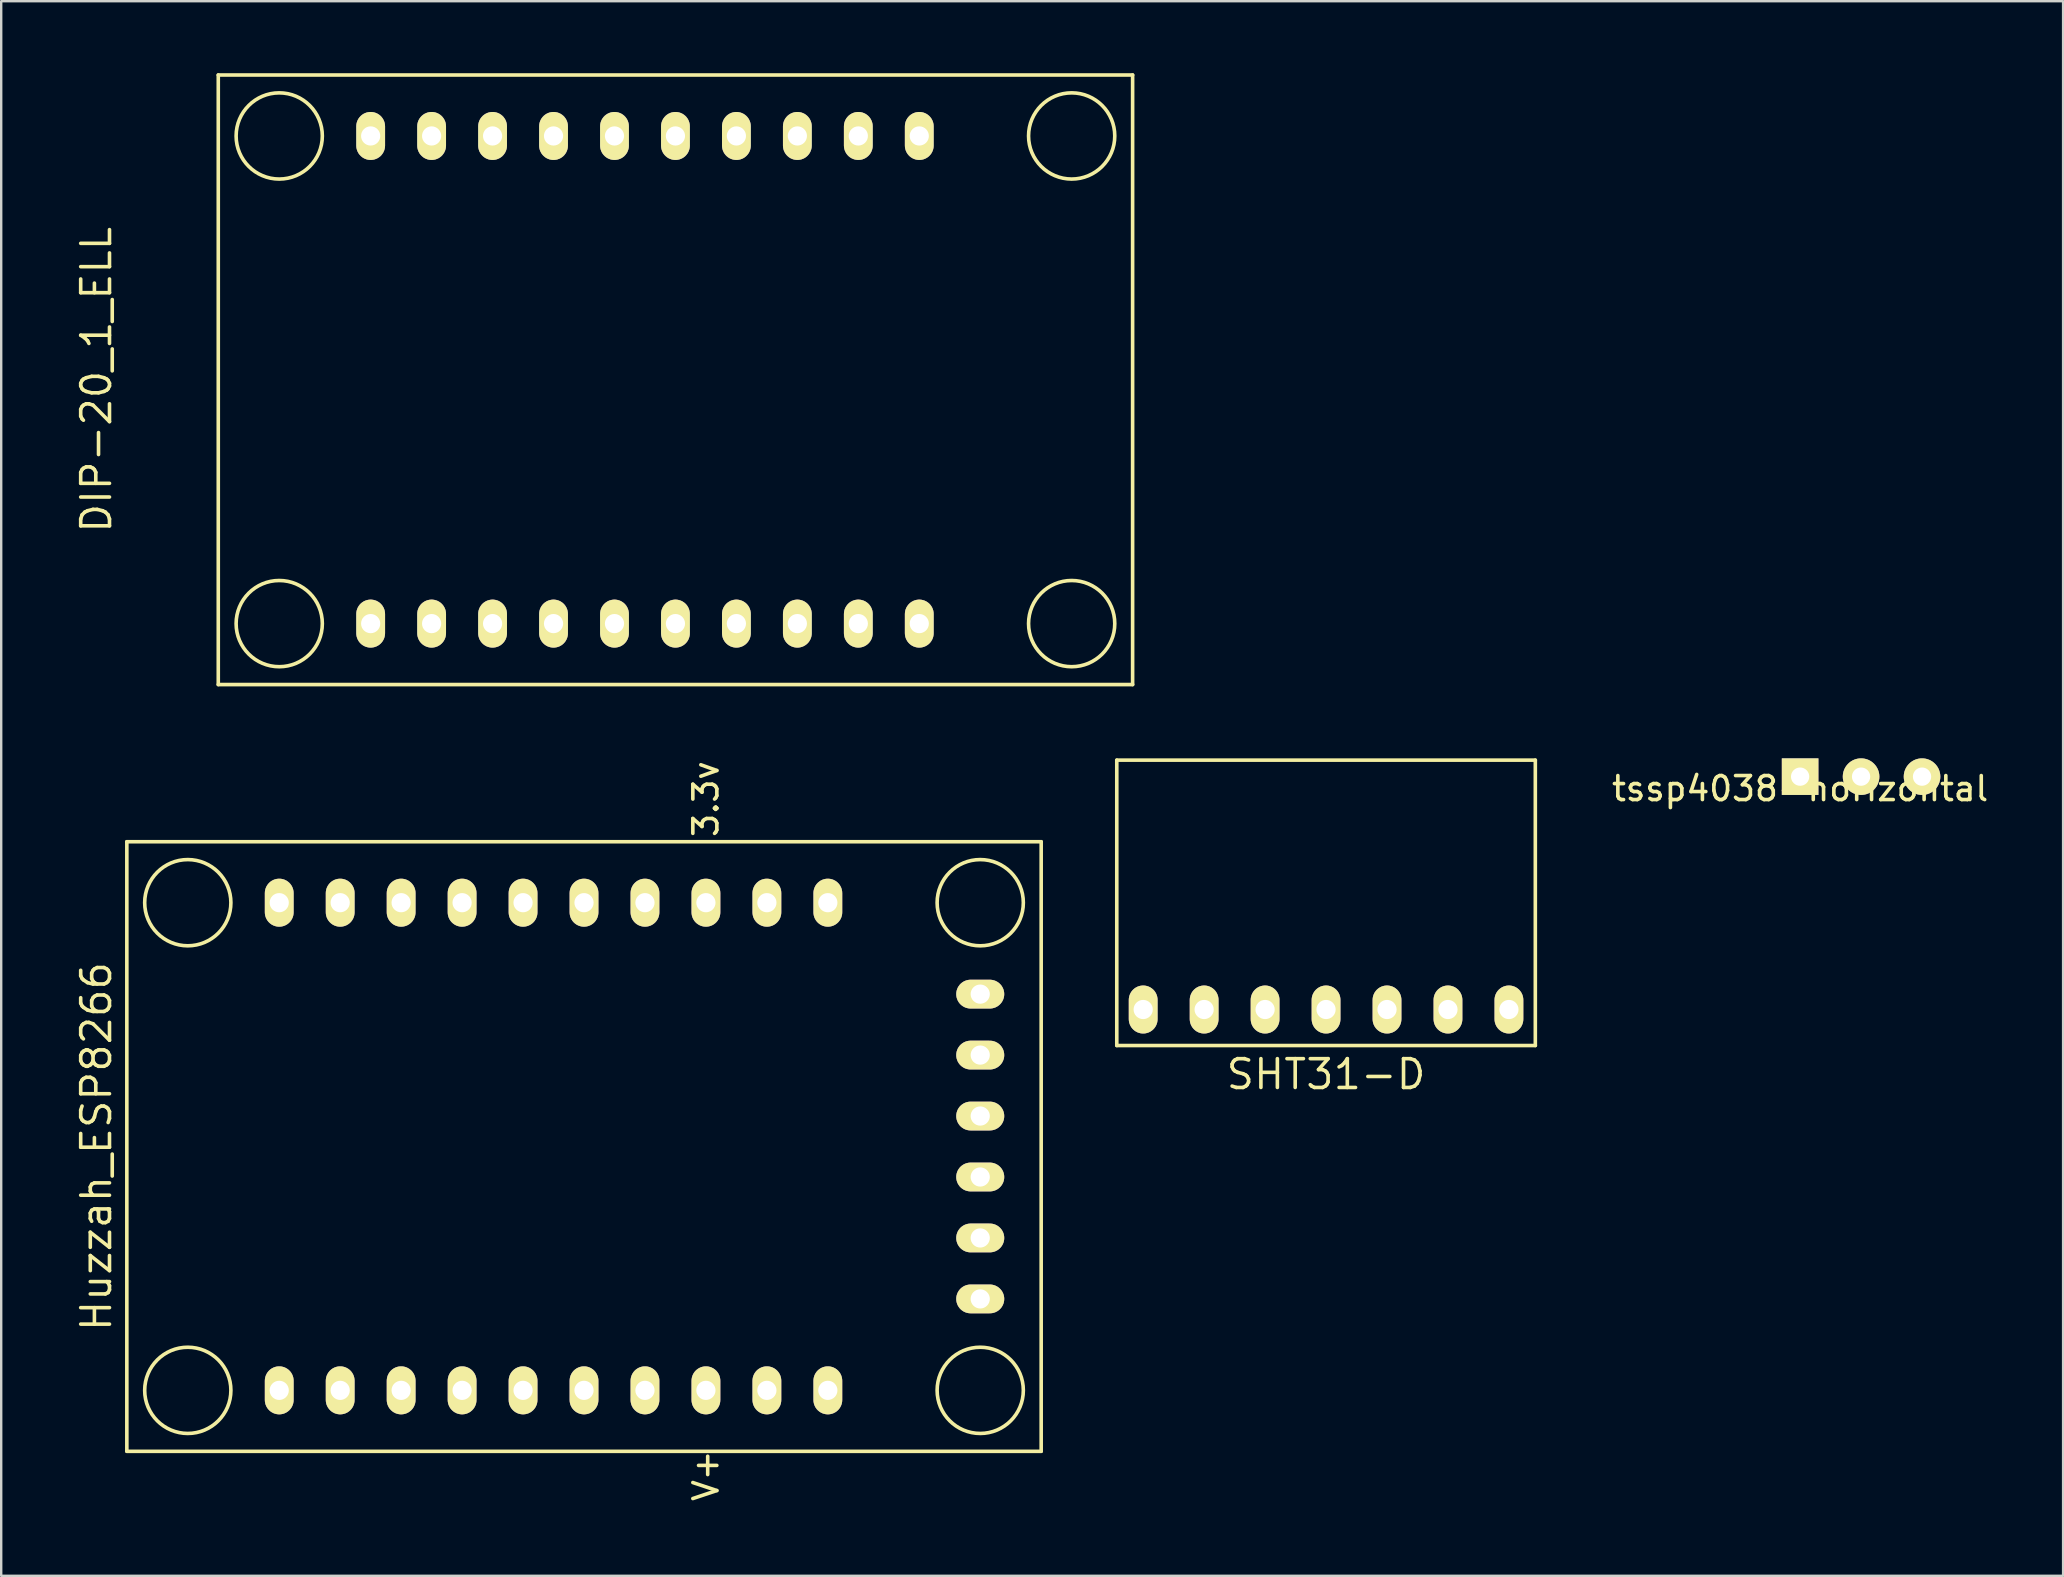
<source format=kicad_pcb>
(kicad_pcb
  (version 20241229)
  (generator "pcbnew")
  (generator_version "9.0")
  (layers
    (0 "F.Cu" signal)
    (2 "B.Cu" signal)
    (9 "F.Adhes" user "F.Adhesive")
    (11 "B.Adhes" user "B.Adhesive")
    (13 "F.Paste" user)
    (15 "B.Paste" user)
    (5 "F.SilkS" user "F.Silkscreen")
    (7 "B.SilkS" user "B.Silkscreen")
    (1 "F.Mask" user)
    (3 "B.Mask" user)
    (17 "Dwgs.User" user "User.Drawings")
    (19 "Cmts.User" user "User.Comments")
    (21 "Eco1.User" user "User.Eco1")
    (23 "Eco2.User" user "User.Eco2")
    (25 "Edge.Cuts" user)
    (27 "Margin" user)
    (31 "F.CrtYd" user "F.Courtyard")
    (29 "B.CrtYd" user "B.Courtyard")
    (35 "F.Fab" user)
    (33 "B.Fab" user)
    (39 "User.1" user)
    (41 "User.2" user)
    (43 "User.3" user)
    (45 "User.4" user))
  (footprint "Huzzah_ESP8266"
    (layer "F.Cu")
    (at 8.585 54.884)
    (property "Reference" "Huzzah_ESP8266" (at -7.62 -10.16 90) (layer "F.SilkS") (effects (font (size 1.2 1.2) (thickness 0.15))))
    (attr through_hole)
    (fp_line (start -6.35 -22.86) (end -6.35 2.54) (stroke (width 0.15) (type solid)) (layer "F.SilkS"))
    (fp_line (start -6.35 2.54) (end 31.75 2.54) (stroke (width 0.15) (type solid)) (layer "F.SilkS"))
    (fp_line (start 31.75 -22.86) (end -6.35 -22.86) (stroke (width 0.15) (type solid)) (layer "F.SilkS"))
    (fp_line (start 31.75 2.54) (end 31.75 -22.86) (stroke (width 0.15) (type solid)) (layer "F.SilkS"))
    (fp_circle (center -3.81 -20.32) (end -5.08 -21.59) (stroke (width 0.15) (type solid)) (fill no) (layer "F.SilkS"))
    (fp_circle (center -3.81 0) (end -5.08 1.27) (stroke (width 0.15) (type solid)) (fill no) (layer "F.SilkS"))
    (fp_circle (center 29.21 -20.32) (end 30.48 -21.59) (stroke (width 0.15) (type solid)) (fill no) (layer "F.SilkS"))
    (fp_circle (center 29.21 0) (end 30.48 1.27) (stroke (width 0.15) (type solid)) (fill no) (layer "F.SilkS"))
    (fp_text user "3.3v" (at 17.78 -24.638 90) (layer "F.SilkS") (effects (font (size 1 1) (thickness 0.15))))
    (fp_text user "V+" (at 17.78 3.556 90) (layer "F.SilkS") (effects (font (size 1 1) (thickness 0.15))))
    (pad "1" thru_hole oval (at 0 0) (size 1.2 2) (drill 0.8) (layers "*.Cu" "*.Mask" "F.SilkS"))
    (pad "2" thru_hole oval (at 2.54 0) (size 1.2 2) (drill 0.8) (layers "*.Cu" "*.Mask" "F.SilkS"))
    (pad "3" thru_hole oval (at 5.08 0) (size 1.2 2) (drill 0.8) (layers "*.Cu" "*.Mask" "F.SilkS"))
    (pad "4" thru_hole oval (at 7.62 0) (size 1.2 2) (drill 0.8) (layers "*.Cu" "*.Mask" "F.SilkS"))
    (pad "5" thru_hole oval (at 10.16 0) (size 1.2 2) (drill 0.8) (layers "*.Cu" "*.Mask" "F.SilkS"))
    (pad "6" thru_hole oval (at 12.7 0) (size 1.2 2) (drill 0.8) (layers "*.Cu" "*.Mask" "F.SilkS"))
    (pad "7" thru_hole oval (at 15.24 0) (size 1.2 2) (drill 0.8) (layers "*.Cu" "*.Mask" "F.SilkS"))
    (pad "8" thru_hole oval (at 17.78 0) (size 1.2 2) (drill 0.8) (layers "*.Cu" "*.Mask" "F.SilkS"))
    (pad "9" thru_hole oval (at 20.32 0) (size 1.2 2) (drill 0.8) (layers "*.Cu" "*.Mask" "F.SilkS"))
    (pad "10" thru_hole oval (at 22.86 0) (size 1.2 2) (drill 0.8) (layers "*.Cu" "*.Mask" "F.SilkS"))
    (pad "11" thru_hole oval (at 22.86 -20.32) (size 1.2 2) (drill 0.8) (layers "*.Cu" "*.Mask" "F.SilkS"))
    (pad "12" thru_hole oval (at 20.32 -20.32) (size 1.2 2) (drill 0.8) (layers "*.Cu" "*.Mask" "F.SilkS"))
    (pad "13" thru_hole oval (at 17.78 -20.32) (size 1.2 2) (drill 0.8) (layers "*.Cu" "*.Mask" "F.SilkS"))
    (pad "14" thru_hole oval (at 15.24 -20.32) (size 1.2 2) (drill 0.8) (layers "*.Cu" "*.Mask" "F.SilkS"))
    (pad "15" thru_hole oval (at 12.7 -20.32) (size 1.2 2) (drill 0.8) (layers "*.Cu" "*.Mask" "F.SilkS"))
    (pad "16" thru_hole oval (at 10.16 -20.32) (size 1.2 2) (drill 0.8) (layers "*.Cu" "*.Mask" "F.SilkS"))
    (pad "17" thru_hole oval (at 7.62 -20.32) (size 1.2 2) (drill 0.8) (layers "*.Cu" "*.Mask" "F.SilkS"))
    (pad "18" thru_hole oval (at 5.08 -20.32) (size 1.2 2) (drill 0.8) (layers "*.Cu" "*.Mask" "F.SilkS"))
    (pad "19" thru_hole oval (at 2.54 -20.32) (size 1.2 2) (drill 0.8) (layers "*.Cu" "*.Mask" "F.SilkS"))
    (pad "20" thru_hole oval (at 0 -20.32) (size 1.2 2) (drill 0.8) (layers "*.Cu" "*.Mask" "F.SilkS"))
    (pad "21" thru_hole oval (at 29.21 -3.81) (size 2 1.2) (drill 0.8) (layers "*.Cu" "*.Mask" "F.SilkS"))
    (pad "22" thru_hole oval (at 29.21 -6.35) (size 2 1.2) (drill 0.8) (layers "*.Cu" "*.Mask" "F.SilkS"))
    (pad "23" thru_hole oval (at 29.21 -8.89) (size 2 1.2) (drill 0.8) (layers "*.Cu" "*.Mask" "F.SilkS"))
    (pad "24" thru_hole oval (at 29.21 -11.43) (size 2 1.2) (drill 0.8) (layers "*.Cu" "*.Mask" "F.SilkS"))
    (pad "25" thru_hole oval (at 29.21 -13.97) (size 2 1.2) (drill 0.8) (layers "*.Cu" "*.Mask" "F.SilkS"))
    (pad "26" thru_hole oval (at 29.21 -16.51) (size 2 1.2) (drill 0.8) (layers "*.Cu" "*.Mask" "F.SilkS")))
  (footprint "SHT31-D"
    (layer "F.Cu")
    (at 52.205 39.015)
    (property "Reference" "SHT31-D" (at 0 2.7 0) (layer "F.SilkS") (effects (font (size 1.2 1.2) (thickness 0.15))))
    (attr through_hole)
    (fp_line (start -8.72 -10.39) (end 8.72 -10.39) (stroke (width 0.15) (type solid)) (layer "F.SilkS"))
    (fp_line (start -8.72 1.5) (end -8.72 -10.39) (stroke (width 0.15) (type solid)) (layer "F.SilkS"))
    (fp_line (start 8.72 -10.39) (end 8.72 1.5) (stroke (width 0.15) (type solid)) (layer "F.SilkS"))
    (fp_line (start 8.72 1.5) (end -8.72 1.5) (stroke (width 0.15) (type solid)) (layer "F.SilkS"))
    (pad "1" thru_hole oval (at -7.62 0) (size 1.2 2) (drill 0.8) (layers "*.Cu" "*.Mask" "F.SilkS"))
    (pad "2" thru_hole oval (at -5.08 0) (size 1.2 2) (drill 0.8) (layers "*.Cu" "*.Mask" "F.SilkS"))
    (pad "3" thru_hole oval (at -2.54 0) (size 1.2 2) (drill 0.8) (layers "*.Cu" "*.Mask" "F.SilkS"))
    (pad "4" thru_hole oval (at 0 0) (size 1.2 2) (drill 0.8) (layers "*.Cu" "*.Mask" "F.SilkS"))
    (pad "5" thru_hole oval (at 2.54 0) (size 1.2 2) (drill 0.8) (layers "*.Cu" "*.Mask" "F.SilkS"))
    (pad "6" thru_hole oval (at 5.08 0) (size 1.2 2) (drill 0.8) (layers "*.Cu" "*.Mask" "F.SilkS"))
    (pad "7" thru_hole oval (at 7.62 0) (size 1.2 2) (drill 0.8) (layers "*.Cu" "*.Mask" "F.SilkS")))
  (footprint "tssp4038-horizontal"
    (layer "F.Cu")
    (at 71.959 29.312)
    (property "Reference" "tssp4038-horizontal" (at 0 0.5 0) (layer "F.SilkS") (effects (font (size 1 1) (thickness 0.15))))
    (attr through_hole)
    (pad "1" thru_hole rect (at 0 0) (size 1.524 1.524) (drill 0.762) (layers "*.Cu" "*.Mask" "F.SilkS"))
    (pad "2" thru_hole circle (at 2.54 0) (size 1.524 1.524) (drill 0.762) (layers "*.Cu" "*.Mask" "F.SilkS"))
    (pad "3" thru_hole circle (at 5.08 0) (size 1.524 1.524) (drill 0.762) (layers "*.Cu" "*.Mask" "F.SilkS")))
  (footprint "DIP-20_1_ELL"
    (layer "F.Cu")
    (at 23.825 12.775)
    (property "Reference" "DIP-20_1_ELL" (at -22.86 0 90) (layer "F.SilkS") (effects (font (size 1.2 1.2) (thickness 0.15))))
    (attr through_hole)
    (fp_line (start -17.78 -12.7) (end -17.78 12.7) (stroke (width 0.15) (type solid)) (layer "F.SilkS"))
    (fp_line (start -17.78 12.7) (end 20.32 12.7) (stroke (width 0.15) (type solid)) (layer "F.SilkS"))
    (fp_line (start 20.32 -12.7) (end -17.78 -12.7) (stroke (width 0.15) (type solid)) (layer "F.SilkS"))
    (fp_line (start 20.32 12.7) (end 20.32 -12.7) (stroke (width 0.15) (type solid)) (layer "F.SilkS"))
    (fp_circle (center -15.24 -10.16) (end -16.51 -11.43) (stroke (width 0.15) (type solid)) (fill no) (layer "F.SilkS"))
    (fp_circle (center -15.24 10.16) (end -16.51 11.43) (stroke (width 0.15) (type solid)) (fill no) (layer "F.SilkS"))
    (fp_circle (center 17.78 -10.16) (end 19.05 -11.43) (stroke (width 0.15) (type solid)) (fill no) (layer "F.SilkS"))
    (fp_circle (center 17.78 10.16) (end 19.05 11.43) (stroke (width 0.15) (type solid)) (fill no) (layer "F.SilkS"))
    (pad "1" thru_hole oval (at -11.43 10.16) (size 1.2 2) (drill 0.8) (layers "*.Cu" "*.Mask" "F.SilkS"))
    (pad "2" thru_hole oval (at -8.89 10.16) (size 1.2 2) (drill 0.8) (layers "*.Cu" "*.Mask" "F.SilkS"))
    (pad "3" thru_hole oval (at -6.35 10.16) (size 1.2 2) (drill 0.8) (layers "*.Cu" "*.Mask" "F.SilkS"))
    (pad "4" thru_hole oval (at -3.81 10.16) (size 1.2 2) (drill 0.8) (layers "*.Cu" "*.Mask" "F.SilkS"))
    (pad "5" thru_hole oval (at -1.27 10.16) (size 1.2 2) (drill 0.8) (layers "*.Cu" "*.Mask" "F.SilkS"))
    (pad "6" thru_hole oval (at 1.27 10.16) (size 1.2 2) (drill 0.8) (layers "*.Cu" "*.Mask" "F.SilkS"))
    (pad "7" thru_hole oval (at 3.81 10.16) (size 1.2 2) (drill 0.8) (layers "*.Cu" "*.Mask" "F.SilkS"))
    (pad "8" thru_hole oval (at 6.35 10.16) (size 1.2 2) (drill 0.8) (layers "*.Cu" "*.Mask" "F.SilkS"))
    (pad "9" thru_hole oval (at 8.89 10.16) (size 1.2 2) (drill 0.8) (layers "*.Cu" "*.Mask" "F.SilkS"))
    (pad "10" thru_hole oval (at 11.43 10.16) (size 1.2 2) (drill 0.8) (layers "*.Cu" "*.Mask" "F.SilkS"))
    (pad "11" thru_hole oval (at 11.43 -10.16) (size 1.2 2) (drill 0.8) (layers "*.Cu" "*.Mask" "F.SilkS"))
    (pad "12" thru_hole oval (at 8.89 -10.16) (size 1.2 2) (drill 0.8) (layers "*.Cu" "*.Mask" "F.SilkS"))
    (pad "13" thru_hole oval (at 6.35 -10.16) (size 1.2 2) (drill 0.8) (layers "*.Cu" "*.Mask" "F.SilkS"))
    (pad "14" thru_hole oval (at 3.81 -10.16) (size 1.2 2) (drill 0.8) (layers "*.Cu" "*.Mask" "F.SilkS"))
    (pad "15" thru_hole oval (at 1.27 -10.16) (size 1.2 2) (drill 0.8) (layers "*.Cu" "*.Mask" "F.SilkS"))
    (pad "16" thru_hole oval (at -1.27 -10.16) (size 1.2 2) (drill 0.8) (layers "*.Cu" "*.Mask" "F.SilkS"))
    (pad "17" thru_hole oval (at -3.81 -10.16) (size 1.2 2) (drill 0.8) (layers "*.Cu" "*.Mask" "F.SilkS"))
    (pad "18" thru_hole oval (at -6.35 -10.16) (size 1.2 2) (drill 0.8) (layers "*.Cu" "*.Mask" "F.SilkS"))
    (pad "19" thru_hole oval (at -8.89 -10.16) (size 1.2 2) (drill 0.8) (layers "*.Cu" "*.Mask" "F.SilkS"))
    (pad "20" thru_hole oval (at -11.43 -10.16) (size 1.2 2) (drill 0.8) (layers "*.Cu" "*.Mask" "F.SilkS")))
  (gr_rect
    (start -3 -3)
    (end 82.917 62.613)
    (stroke (width 0.1) (type default))
    (fill no)
    (layer "Edge.Cuts")))
</source>
